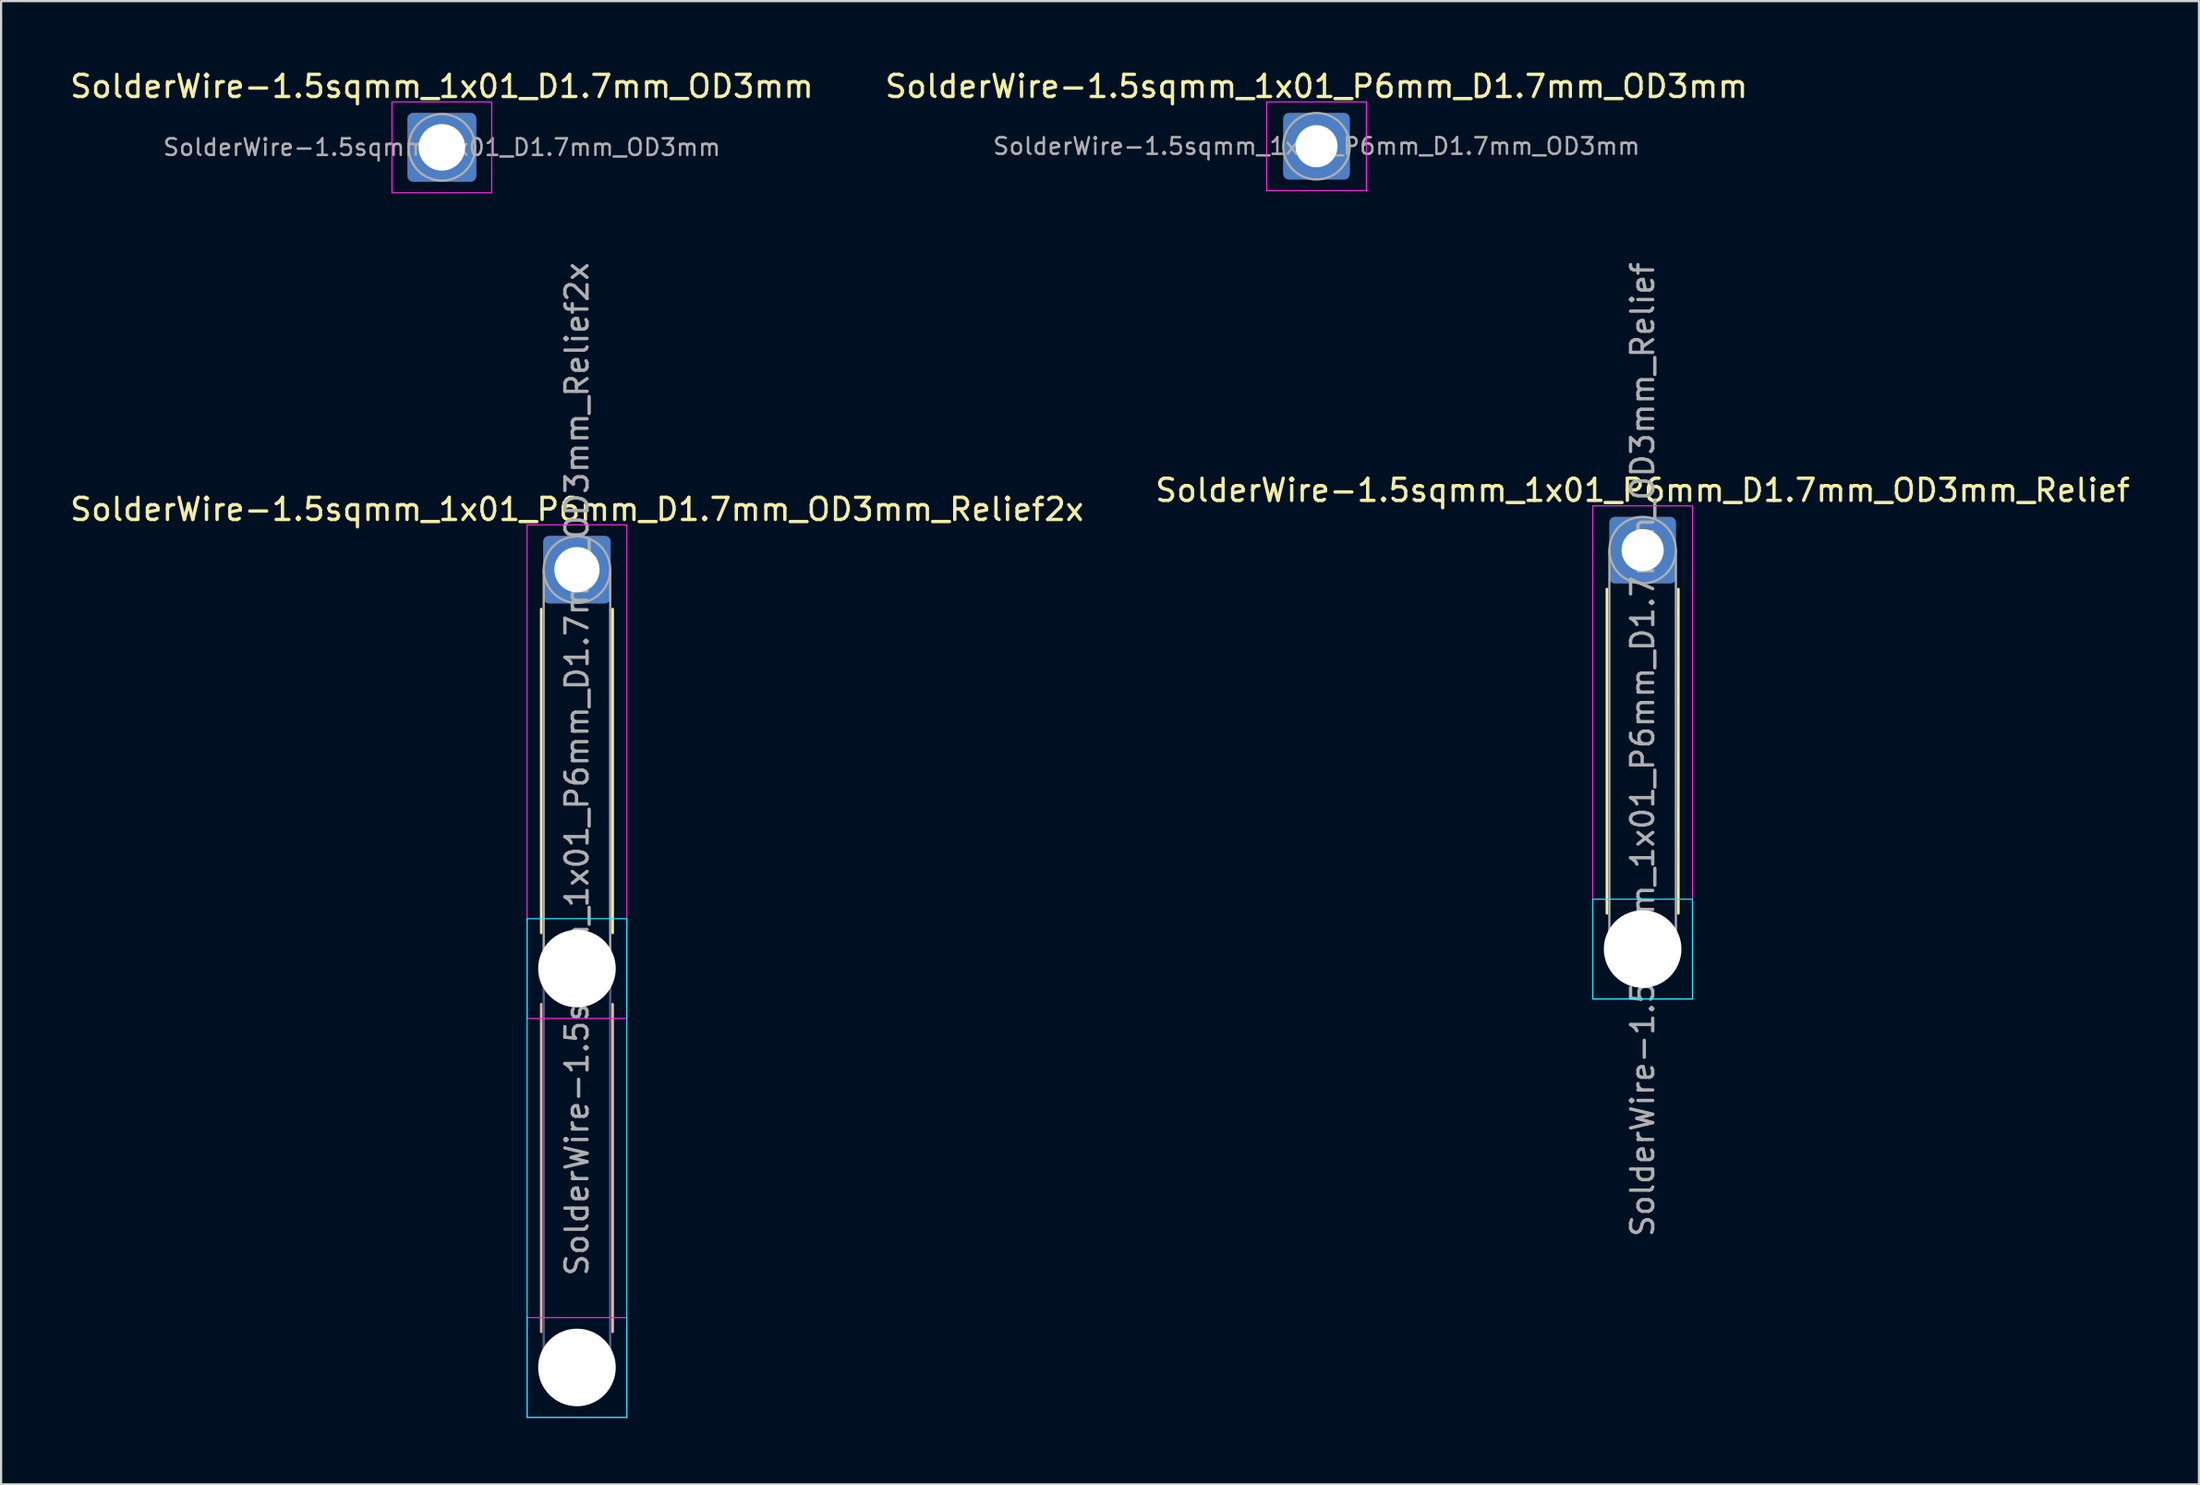
<source format=kicad_pcb>
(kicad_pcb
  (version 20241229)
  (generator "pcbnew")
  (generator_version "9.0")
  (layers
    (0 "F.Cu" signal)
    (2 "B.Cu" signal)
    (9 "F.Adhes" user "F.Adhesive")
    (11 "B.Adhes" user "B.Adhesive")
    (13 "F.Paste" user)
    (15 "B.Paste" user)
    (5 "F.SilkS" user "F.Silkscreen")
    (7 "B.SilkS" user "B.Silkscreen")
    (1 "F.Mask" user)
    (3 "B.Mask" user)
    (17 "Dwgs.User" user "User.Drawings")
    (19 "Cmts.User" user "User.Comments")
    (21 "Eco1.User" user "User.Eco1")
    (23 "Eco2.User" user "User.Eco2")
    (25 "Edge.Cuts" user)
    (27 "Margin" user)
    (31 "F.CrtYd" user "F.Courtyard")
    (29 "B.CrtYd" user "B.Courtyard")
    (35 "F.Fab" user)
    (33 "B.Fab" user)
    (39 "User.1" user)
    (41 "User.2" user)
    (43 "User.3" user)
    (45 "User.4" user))
  (footprint "SolderWire-1.5sqmm_1x01_D1.7mm_OD3mm"
    (layer "F.Cu")
    (at 16.887 3.598)
    (property "Reference" "SolderWire-1.5sqmm_1x01_D1.7mm_OD3mm" (at 0 -2.75 0) (layer "F.SilkS") (effects (font (size 1 1) (thickness 0.15))))
    (attr exclude_from_pos_files exclude_from_bom)
    (fp_line (start -2.25 -2.05) (end -2.25 2.05) (stroke (width 0.05) (type solid)) (layer "F.CrtYd"))
    (fp_line (start -2.25 2.05) (end 2.25 2.05) (stroke (width 0.05) (type solid)) (layer "F.CrtYd"))
    (fp_line (start 2.25 -2.05) (end -2.25 -2.05) (stroke (width 0.05) (type solid)) (layer "F.CrtYd"))
    (fp_line (start 2.25 2.05) (end 2.25 -2.05) (stroke (width 0.05) (type solid)) (layer "F.CrtYd"))
    (fp_circle (center 0 0) (end 1.5 0) (stroke (width 0.1) (type solid)) (fill no) (layer "F.Fab"))
    (fp_text user "${REFERENCE}" (at 0 0 0) (layer "F.Fab") (effects (font (size 0.75 0.75) (thickness 0.11))))
    (pad "1" thru_hole roundrect (at 0 0) (size 3.1 3.1) (drill 2.1) (layers "*.Cu" "*.Mask") (roundrect_rratio 0.081)))
  (footprint "SolderWire-1.5sqmm_1x01_P6mm_D1.7mm_OD3mm_Relief"
    (layer "F.Cu")
    (at 71.065 21.774)
    (property "Reference" "SolderWire-1.5sqmm_1x01_P6mm_D1.7mm_OD3mm_Relief" (at 0 -2.7 0) (layer "F.SilkS") (effects (font (size 1 1) (thickness 0.15))))
    (attr exclude_from_pos_files exclude_from_bom)
    (fp_line (start -1.61 1.76) (end -1.61 16.39) (stroke (width 0.12) (type solid)) (layer "F.SilkS"))
    (fp_line (start 1.61 1.76) (end 1.61 16.39) (stroke (width 0.12) (type solid)) (layer "F.SilkS"))
    (fp_line (start -2.25 15.75) (end -2.25 20.25) (stroke (width 0.05) (type solid)) (layer "B.CrtYd"))
    (fp_line (start -2.25 20.25) (end 2.25 20.25) (stroke (width 0.05) (type solid)) (layer "B.CrtYd"))
    (fp_line (start 2.25 15.75) (end -2.25 15.75) (stroke (width 0.05) (type solid)) (layer "B.CrtYd"))
    (fp_line (start 2.25 20.25) (end 2.25 15.75) (stroke (width 0.05) (type solid)) (layer "B.CrtYd"))
    (fp_line (start -2.25 -2) (end -2.25 20.25) (stroke (width 0.05) (type solid)) (layer "F.CrtYd"))
    (fp_line (start -2.25 20.25) (end 2.25 20.25) (stroke (width 0.05) (type solid)) (layer "F.CrtYd"))
    (fp_line (start 2.25 -2) (end -2.25 -2) (stroke (width 0.05) (type solid)) (layer "F.CrtYd"))
    (fp_line (start 2.25 20.25) (end 2.25 -2) (stroke (width 0.05) (type solid)) (layer "F.CrtYd"))
    (fp_line (start -1.5 0) (end -1.5 18) (stroke (width 0.1) (type solid)) (layer "F.Fab"))
    (fp_line (start 1.5 0) (end 1.5 18) (stroke (width 0.1) (type solid)) (layer "F.Fab"))
    (fp_circle (center 0 0) (end 1.5 0) (stroke (width 0.1) (type solid)) (fill no) (layer "F.Fab"))
    (fp_circle (center 0 18) (end 1.5 18) (stroke (width 0.1) (type solid)) (fill no) (layer "F.Fab"))
    (fp_text user "${REFERENCE}" (at 0 9 90) (layer "F.Fab") (effects (font (size 1 1) (thickness 0.15))))
    (pad "" np_thru_hole circle (at 0 18) (size 3.5 3.5) (drill 3.5) (layers "*.Cu" "*.Mask"))
    (pad "1" thru_hole roundrect (at 0 0) (size 3 3) (drill 1.9) (layers "*.Cu" "*.Mask") (roundrect_rratio 0.083)))
  (footprint "SolderWire-1.5sqmm_1x01_P6mm_D1.7mm_OD3mm_Relief2x"
    (layer "F.Cu")
    (at 22.982 22.655)
    (property "Reference" "SolderWire-1.5sqmm_1x01_P6mm_D1.7mm_OD3mm_Relief2x" (at 0 -2.72 0) (layer "F.SilkS") (effects (font (size 1 1) (thickness 0.15))))
    (attr exclude_from_pos_files exclude_from_bom)
    (fp_line (start -1.61 1.78) (end -1.61 16.39) (stroke (width 0.12) (type solid)) (layer "F.SilkS"))
    (fp_line (start 1.61 1.78) (end 1.61 16.39) (stroke (width 0.12) (type solid)) (layer "F.SilkS"))
    (fp_line (start -1.61 19.61) (end -1.61 34.39) (stroke (width 0.12) (type solid)) (layer "B.SilkS"))
    (fp_line (start 1.61 19.61) (end 1.61 34.39) (stroke (width 0.12) (type solid)) (layer "B.SilkS"))
    (fp_line (start -2.25 15.75) (end -2.25 38.25) (stroke (width 0.05) (type solid)) (layer "B.CrtYd"))
    (fp_line (start -2.25 38.25) (end 2.25 38.25) (stroke (width 0.05) (type solid)) (layer "B.CrtYd"))
    (fp_line (start 2.25 15.75) (end -2.25 15.75) (stroke (width 0.05) (type solid)) (layer "B.CrtYd"))
    (fp_line (start 2.25 38.25) (end 2.25 15.75) (stroke (width 0.05) (type solid)) (layer "B.CrtYd"))
    (fp_line (start -2.25 -2.02) (end -2.25 20.25) (stroke (width 0.05) (type solid)) (layer "F.CrtYd"))
    (fp_line (start -2.25 20.25) (end 2.25 20.25) (stroke (width 0.05) (type solid)) (layer "F.CrtYd"))
    (fp_line (start -2.25 33.75) (end -2.25 38.25) (stroke (width 0.05) (type solid)) (layer "F.CrtYd"))
    (fp_line (start -2.25 38.25) (end 2.25 38.25) (stroke (width 0.05) (type solid)) (layer "F.CrtYd"))
    (fp_line (start 2.25 -2.02) (end -2.25 -2.02) (stroke (width 0.05) (type solid)) (layer "F.CrtYd"))
    (fp_line (start 2.25 20.25) (end 2.25 -2.02) (stroke (width 0.05) (type solid)) (layer "F.CrtYd"))
    (fp_line (start 2.25 33.75) (end -2.25 33.75) (stroke (width 0.05) (type solid)) (layer "F.CrtYd"))
    (fp_line (start 2.25 38.25) (end 2.25 33.75) (stroke (width 0.05) (type solid)) (layer "F.CrtYd"))
    (fp_line (start -1.5 18) (end -1.5 36) (stroke (width 0.1) (type solid)) (layer "B.Fab"))
    (fp_line (start 1.5 18) (end 1.5 36) (stroke (width 0.1) (type solid)) (layer "B.Fab"))
    (fp_circle (center 0 18) (end 1.5 18) (stroke (width 0.1) (type solid)) (fill no) (layer "B.Fab"))
    (fp_circle (center 0 36) (end 1.5 36) (stroke (width 0.1) (type solid)) (fill no) (layer "B.Fab"))
    (fp_line (start -1.5 0) (end -1.5 18) (stroke (width 0.1) (type solid)) (layer "F.Fab"))
    (fp_line (start 1.5 0) (end 1.5 18) (stroke (width 0.1) (type solid)) (layer "F.Fab"))
    (fp_circle (center 0 0) (end 1.5 0) (stroke (width 0.1) (type solid)) (fill no) (layer "F.Fab"))
    (fp_circle (center 0 18) (end 1.5 18) (stroke (width 0.1) (type solid)) (fill no) (layer "F.Fab"))
    (fp_circle (center 0 36) (end 1.5 36) (stroke (width 0.1) (type solid)) (fill no) (layer "F.Fab"))
    (fp_text user "${REFERENCE}" (at 0 9 90) (layer "F.Fab") (effects (font (size 1 1) (thickness 0.15))))
    (pad "" np_thru_hole circle (at 0 18) (size 3.5 3.5) (drill 3.5) (layers "*.Cu" "*.Mask"))
    (pad "" np_thru_hole circle (at 0 36) (size 3.5 3.5) (drill 3.5) (layers "*.Cu" "*.Mask"))
    (pad "1" thru_hole roundrect (at 0 0) (size 3.04 3.04) (drill 2.04) (layers "*.Cu" "*.Mask") (roundrect_rratio 0.082)))
  (footprint "SolderWire-1.5sqmm_1x01_P6mm_D1.7mm_OD3mm"
    (layer "F.Cu")
    (at 56.351 3.548)
    (property "Reference" "SolderWire-1.5sqmm_1x01_P6mm_D1.7mm_OD3mm" (at 0 -2.7 0) (layer "F.SilkS") (effects (font (size 1 1) (thickness 0.15))))
    (attr exclude_from_pos_files exclude_from_bom)
    (fp_line (start -2.25 -2) (end -2.25 2) (stroke (width 0.05) (type solid)) (layer "F.CrtYd"))
    (fp_line (start -2.25 2) (end 2.25 2) (stroke (width 0.05) (type solid)) (layer "F.CrtYd"))
    (fp_line (start 2.25 -2) (end -2.25 -2) (stroke (width 0.05) (type solid)) (layer "F.CrtYd"))
    (fp_line (start 2.25 2) (end 2.25 -2) (stroke (width 0.05) (type solid)) (layer "F.CrtYd"))
    (fp_circle (center 0 0) (end 1.5 0) (stroke (width 0.1) (type solid)) (fill no) (layer "F.Fab"))
    (fp_text user "${REFERENCE}" (at 0 0 0) (layer "F.Fab") (effects (font (size 0.75 0.75) (thickness 0.11))))
    (pad "1" thru_hole roundrect (at 0 0) (size 3 3) (drill 1.9) (layers "*.Cu" "*.Mask") (roundrect_rratio 0.083)))
  (gr_rect
    (start -3 -3)
    (end 96.167 63.93)
    (stroke (width 0.1) (type default))
    (fill no)
    (layer "Edge.Cuts")))
</source>
